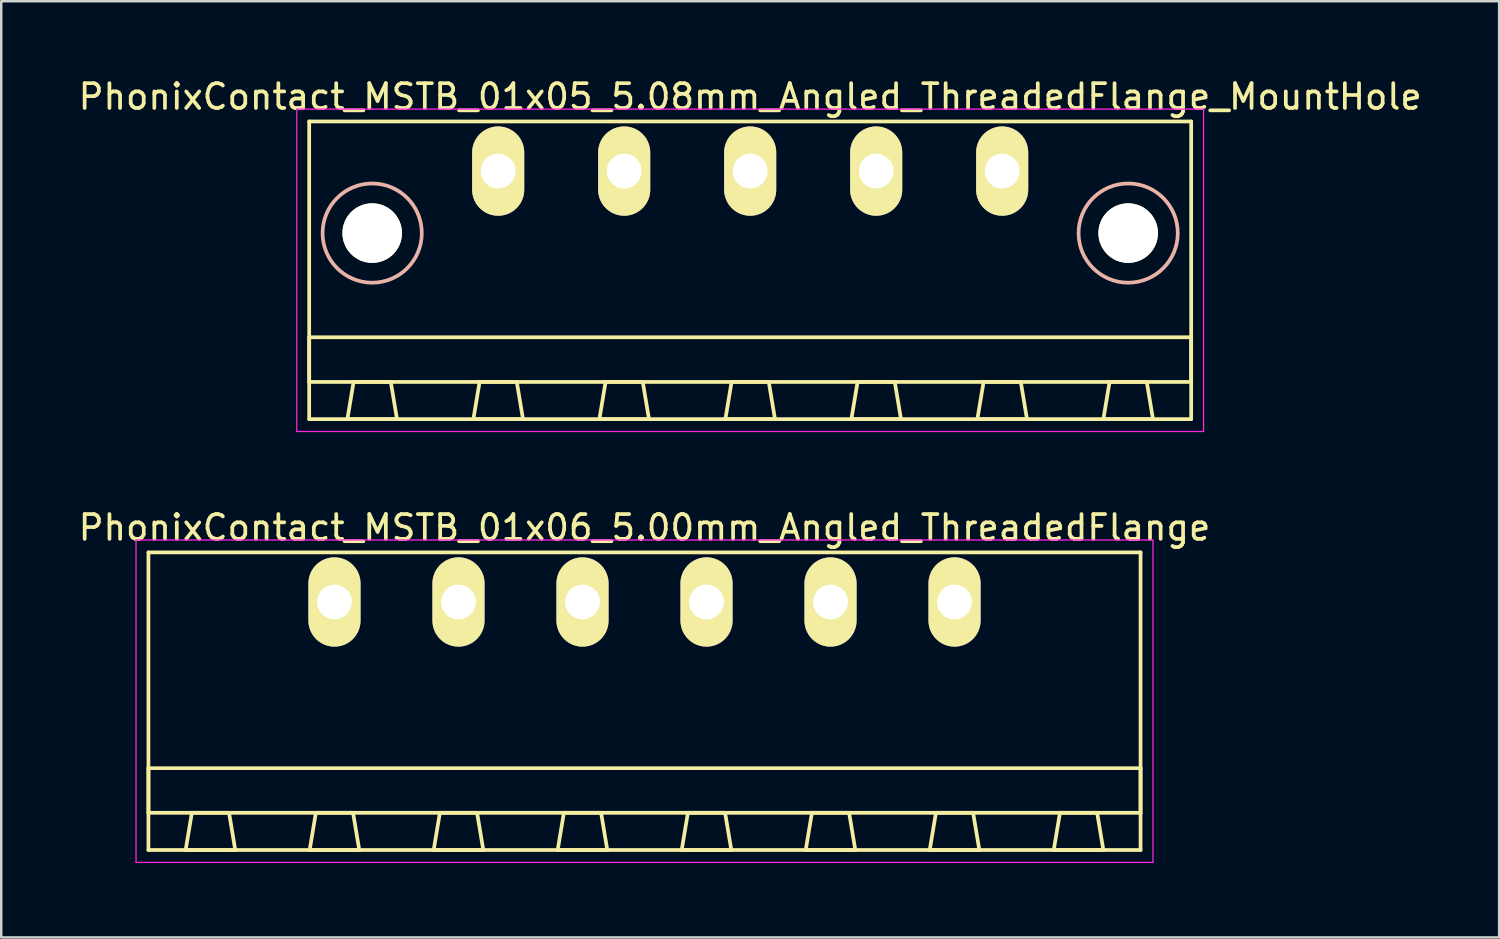
<source format=kicad_pcb>
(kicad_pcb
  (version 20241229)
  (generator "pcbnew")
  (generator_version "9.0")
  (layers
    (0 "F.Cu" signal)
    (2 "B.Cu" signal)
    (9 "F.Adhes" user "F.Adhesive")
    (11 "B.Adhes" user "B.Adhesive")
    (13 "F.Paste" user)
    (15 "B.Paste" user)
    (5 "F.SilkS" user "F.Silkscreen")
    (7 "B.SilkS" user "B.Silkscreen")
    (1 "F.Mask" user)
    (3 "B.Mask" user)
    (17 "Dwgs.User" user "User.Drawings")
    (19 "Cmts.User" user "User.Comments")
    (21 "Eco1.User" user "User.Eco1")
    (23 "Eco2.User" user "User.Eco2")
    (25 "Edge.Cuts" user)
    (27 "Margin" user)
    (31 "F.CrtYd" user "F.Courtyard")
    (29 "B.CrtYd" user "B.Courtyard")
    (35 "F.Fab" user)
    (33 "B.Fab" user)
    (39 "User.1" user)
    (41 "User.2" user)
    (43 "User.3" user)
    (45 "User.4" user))
  (footprint "PhonixContact_MSTB_01x06_5.00mm_Angled_ThreadedFlange"
    (layer "F.Cu")
    (at 10.435 21.221)
    (property "Reference" "PhonixContact_MSTB_01x06_5.00mm_Angled_ThreadedFlange" (at 12.5 -3 0) (layer "F.SilkS") (effects (font (size 1 1) (thickness 0.15))))
    (attr through_hole)
    (fp_line (start -7.5 -2) (end -7.5 10) (stroke (width 0.15) (type solid)) (layer "F.SilkS"))
    (fp_line (start -7.5 6.7) (end 32.5 6.7) (stroke (width 0.15) (type solid)) (layer "F.SilkS"))
    (fp_line (start -7.5 8.5) (end -7.5 6.7) (stroke (width 0.15) (type solid)) (layer "F.SilkS"))
    (fp_line (start -7.5 10) (end 32.5 10) (stroke (width 0.15) (type solid)) (layer "F.SilkS"))
    (fp_line (start -6 10) (end -4 10) (stroke (width 0.15) (type solid)) (layer "F.SilkS"))
    (fp_line (start -5.75 8.5) (end -6 10) (stroke (width 0.15) (type solid)) (layer "F.SilkS"))
    (fp_line (start -4.25 8.5) (end -5.75 8.5) (stroke (width 0.15) (type solid)) (layer "F.SilkS"))
    (fp_line (start -4 10) (end -4.25 8.5) (stroke (width 0.15) (type solid)) (layer "F.SilkS"))
    (fp_line (start -1 10) (end 1 10) (stroke (width 0.15) (type solid)) (layer "F.SilkS"))
    (fp_line (start -0.75 8.5) (end -1 10) (stroke (width 0.15) (type solid)) (layer "F.SilkS"))
    (fp_line (start 0.75 8.5) (end -0.75 8.5) (stroke (width 0.15) (type solid)) (layer "F.SilkS"))
    (fp_line (start 1 10) (end 0.75 8.5) (stroke (width 0.15) (type solid)) (layer "F.SilkS"))
    (fp_line (start 4 10) (end 6 10) (stroke (width 0.15) (type solid)) (layer "F.SilkS"))
    (fp_line (start 4.25 8.5) (end 4 10) (stroke (width 0.15) (type solid)) (layer "F.SilkS"))
    (fp_line (start 5.75 8.5) (end 4.25 8.5) (stroke (width 0.15) (type solid)) (layer "F.SilkS"))
    (fp_line (start 6 10) (end 5.75 8.5) (stroke (width 0.15) (type solid)) (layer "F.SilkS"))
    (fp_line (start 9 10) (end 11 10) (stroke (width 0.15) (type solid)) (layer "F.SilkS"))
    (fp_line (start 9.25 8.5) (end 9 10) (stroke (width 0.15) (type solid)) (layer "F.SilkS"))
    (fp_line (start 10.75 8.5) (end 9.25 8.5) (stroke (width 0.15) (type solid)) (layer "F.SilkS"))
    (fp_line (start 11 10) (end 10.75 8.5) (stroke (width 0.15) (type solid)) (layer "F.SilkS"))
    (fp_line (start 14 10) (end 16 10) (stroke (width 0.15) (type solid)) (layer "F.SilkS"))
    (fp_line (start 14.25 8.5) (end 14 10) (stroke (width 0.15) (type solid)) (layer "F.SilkS"))
    (fp_line (start 15.75 8.5) (end 14.25 8.5) (stroke (width 0.15) (type solid)) (layer "F.SilkS"))
    (fp_line (start 16 10) (end 15.75 8.5) (stroke (width 0.15) (type solid)) (layer "F.SilkS"))
    (fp_line (start 19 10) (end 21 10) (stroke (width 0.15) (type solid)) (layer "F.SilkS"))
    (fp_line (start 19.25 8.5) (end 19 10) (stroke (width 0.15) (type solid)) (layer "F.SilkS"))
    (fp_line (start 20.75 8.5) (end 19.25 8.5) (stroke (width 0.15) (type solid)) (layer "F.SilkS"))
    (fp_line (start 21 10) (end 20.75 8.5) (stroke (width 0.15) (type solid)) (layer "F.SilkS"))
    (fp_line (start 24 10) (end 26 10) (stroke (width 0.15) (type solid)) (layer "F.SilkS"))
    (fp_line (start 24.25 8.5) (end 24 10) (stroke (width 0.15) (type solid)) (layer "F.SilkS"))
    (fp_line (start 25.75 8.5) (end 24.25 8.5) (stroke (width 0.15) (type solid)) (layer "F.SilkS"))
    (fp_line (start 26 10) (end 25.75 8.5) (stroke (width 0.15) (type solid)) (layer "F.SilkS"))
    (fp_line (start 29 10) (end 31 10) (stroke (width 0.15) (type solid)) (layer "F.SilkS"))
    (fp_line (start 29.25 8.5) (end 29 10) (stroke (width 0.15) (type solid)) (layer "F.SilkS"))
    (fp_line (start 30.75 8.5) (end 29.25 8.5) (stroke (width 0.15) (type solid)) (layer "F.SilkS"))
    (fp_line (start 31 10) (end 30.75 8.5) (stroke (width 0.15) (type solid)) (layer "F.SilkS"))
    (fp_line (start 32.5 -2) (end -7.5 -2) (stroke (width 0.15) (type solid)) (layer "F.SilkS"))
    (fp_line (start 32.5 6.7) (end 32.5 8.5) (stroke (width 0.15) (type solid)) (layer "F.SilkS"))
    (fp_line (start 32.5 8.5) (end -7.5 8.5) (stroke (width 0.15) (type solid)) (layer "F.SilkS"))
    (fp_line (start 32.5 10) (end 32.5 -2) (stroke (width 0.15) (type solid)) (layer "F.SilkS"))
    (fp_line (start -8 -2.5) (end -8 10.5) (stroke (width 0.05) (type solid)) (layer "F.CrtYd"))
    (fp_line (start -8 10.5) (end 33 10.5) (stroke (width 0.05) (type solid)) (layer "F.CrtYd"))
    (fp_line (start 33 -2.5) (end -8 -2.5) (stroke (width 0.05) (type solid)) (layer "F.CrtYd"))
    (fp_line (start 33 10.5) (end 33 -2.5) (stroke (width 0.05) (type solid)) (layer "F.CrtYd"))
    (pad "1" thru_hole oval (at 0 0) (size 2.1 3.6) (drill 1.4) (layers "*.Cu" "*.Mask" "F.SilkS"))
    (pad "2" thru_hole oval (at 5 0) (size 2.1 3.6) (drill 1.4) (layers "*.Cu" "*.Mask" "F.SilkS"))
    (pad "3" thru_hole oval (at 10 0) (size 2.1 3.6) (drill 1.4) (layers "*.Cu" "*.Mask" "F.SilkS"))
    (pad "4" thru_hole oval (at 15 0) (size 2.1 3.6) (drill 1.4) (layers "*.Cu" "*.Mask" "F.SilkS"))
    (pad "5" thru_hole oval (at 20 0) (size 2.1 3.6) (drill 1.4) (layers "*.Cu" "*.Mask" "F.SilkS"))
    (pad "6" thru_hole oval (at 25 0) (size 2.1 3.6) (drill 1.4) (layers "*.Cu" "*.Mask" "F.SilkS")))
  (footprint "PhonixContact_MSTB_01x05_5.08mm_Angled_ThreadedFlange_MountHole"
    (layer "F.Cu")
    (at 17.036 3.848)
    (property "Reference" "PhonixContact_MSTB_01x05_5.08mm_Angled_ThreadedFlange_MountHole" (at 10.16 -3 0) (layer "F.SilkS") (effects (font (size 1 1) (thickness 0.15))))
    (attr through_hole)
    (fp_line (start -7.62 -2) (end -7.62 10) (stroke (width 0.15) (type solid)) (layer "F.SilkS"))
    (fp_line (start -7.62 6.7) (end 27.94 6.7) (stroke (width 0.15) (type solid)) (layer "F.SilkS"))
    (fp_line (start -7.62 8.5) (end -7.62 6.7) (stroke (width 0.15) (type solid)) (layer "F.SilkS"))
    (fp_line (start -7.62 10) (end 27.94 10) (stroke (width 0.15) (type solid)) (layer "F.SilkS"))
    (fp_line (start -6.08 10) (end -4.08 10) (stroke (width 0.15) (type solid)) (layer "F.SilkS"))
    (fp_line (start -5.83 8.5) (end -6.08 10) (stroke (width 0.15) (type solid)) (layer "F.SilkS"))
    (fp_line (start -4.33 8.5) (end -5.83 8.5) (stroke (width 0.15) (type solid)) (layer "F.SilkS"))
    (fp_line (start -4.08 10) (end -4.33 8.5) (stroke (width 0.15) (type solid)) (layer "F.SilkS"))
    (fp_line (start -1 10) (end 1 10) (stroke (width 0.15) (type solid)) (layer "F.SilkS"))
    (fp_line (start -0.75 8.5) (end -1 10) (stroke (width 0.15) (type solid)) (layer "F.SilkS"))
    (fp_line (start 0.75 8.5) (end -0.75 8.5) (stroke (width 0.15) (type solid)) (layer "F.SilkS"))
    (fp_line (start 1 10) (end 0.75 8.5) (stroke (width 0.15) (type solid)) (layer "F.SilkS"))
    (fp_line (start 4.08 10) (end 6.08 10) (stroke (width 0.15) (type solid)) (layer "F.SilkS"))
    (fp_line (start 4.33 8.5) (end 4.08 10) (stroke (width 0.15) (type solid)) (layer "F.SilkS"))
    (fp_line (start 5.83 8.5) (end 4.33 8.5) (stroke (width 0.15) (type solid)) (layer "F.SilkS"))
    (fp_line (start 6.08 10) (end 5.83 8.5) (stroke (width 0.15) (type solid)) (layer "F.SilkS"))
    (fp_line (start 9.16 10) (end 11.16 10) (stroke (width 0.15) (type solid)) (layer "F.SilkS"))
    (fp_line (start 9.41 8.5) (end 9.16 10) (stroke (width 0.15) (type solid)) (layer "F.SilkS"))
    (fp_line (start 10.91 8.5) (end 9.41 8.5) (stroke (width 0.15) (type solid)) (layer "F.SilkS"))
    (fp_line (start 11.16 10) (end 10.91 8.5) (stroke (width 0.15) (type solid)) (layer "F.SilkS"))
    (fp_line (start 14.24 10) (end 16.24 10) (stroke (width 0.15) (type solid)) (layer "F.SilkS"))
    (fp_line (start 14.49 8.5) (end 14.24 10) (stroke (width 0.15) (type solid)) (layer "F.SilkS"))
    (fp_line (start 15.99 8.5) (end 14.49 8.5) (stroke (width 0.15) (type solid)) (layer "F.SilkS"))
    (fp_line (start 16.24 10) (end 15.99 8.5) (stroke (width 0.15) (type solid)) (layer "F.SilkS"))
    (fp_line (start 19.32 10) (end 21.32 10) (stroke (width 0.15) (type solid)) (layer "F.SilkS"))
    (fp_line (start 19.57 8.5) (end 19.32 10) (stroke (width 0.15) (type solid)) (layer "F.SilkS"))
    (fp_line (start 21.07 8.5) (end 19.57 8.5) (stroke (width 0.15) (type solid)) (layer "F.SilkS"))
    (fp_line (start 21.32 10) (end 21.07 8.5) (stroke (width 0.15) (type solid)) (layer "F.SilkS"))
    (fp_line (start 24.4 10) (end 26.4 10) (stroke (width 0.15) (type solid)) (layer "F.SilkS"))
    (fp_line (start 24.65 8.5) (end 24.4 10) (stroke (width 0.15) (type solid)) (layer "F.SilkS"))
    (fp_line (start 26.15 8.5) (end 24.65 8.5) (stroke (width 0.15) (type solid)) (layer "F.SilkS"))
    (fp_line (start 26.4 10) (end 26.15 8.5) (stroke (width 0.15) (type solid)) (layer "F.SilkS"))
    (fp_line (start 27.94 -2) (end -7.62 -2) (stroke (width 0.15) (type solid)) (layer "F.SilkS"))
    (fp_line (start 27.94 6.7) (end 27.94 8.5) (stroke (width 0.15) (type solid)) (layer "F.SilkS"))
    (fp_line (start 27.94 8.5) (end -7.62 8.5) (stroke (width 0.15) (type solid)) (layer "F.SilkS"))
    (fp_line (start 27.94 10) (end 27.94 -2) (stroke (width 0.15) (type solid)) (layer "F.SilkS"))
    (fp_circle (center -5.08 2.5) (end -3.08 2.5) (stroke (width 0.15) (type solid)) (fill no) (layer "B.SilkS"))
    (fp_circle (center 25.4 2.5) (end 27.4 2.5) (stroke (width 0.15) (type solid)) (fill no) (layer "B.SilkS"))
    (fp_line (start -8.12 -2.5) (end -8.12 10.5) (stroke (width 0.05) (type solid)) (layer "F.CrtYd"))
    (fp_line (start -8.12 10.5) (end 28.44 10.5) (stroke (width 0.05) (type solid)) (layer "F.CrtYd"))
    (fp_line (start 28.44 -2.5) (end -8.12 -2.5) (stroke (width 0.05) (type solid)) (layer "F.CrtYd"))
    (fp_line (start 28.44 10.5) (end 28.44 -2.5) (stroke (width 0.05) (type solid)) (layer "F.CrtYd"))
    (pad "" np_thru_hole circle (at -5.08 2.5) (size 2.4 2.4) (drill 2.4) (layers "*.Cu" "*.Mask" "F.SilkS"))
    (pad "" np_thru_hole circle (at 25.4 2.5) (size 2.4 2.4) (drill 2.4) (layers "*.Cu" "*.Mask" "F.SilkS"))
    (pad "1" thru_hole oval (at 0 0) (size 2.1 3.6) (drill 1.4) (layers "*.Cu" "*.Mask" "F.SilkS"))
    (pad "2" thru_hole oval (at 5.08 0) (size 2.1 3.6) (drill 1.4) (layers "*.Cu" "*.Mask" "F.SilkS"))
    (pad "3" thru_hole oval (at 10.16 0) (size 2.1 3.6) (drill 1.4) (layers "*.Cu" "*.Mask" "F.SilkS"))
    (pad "4" thru_hole oval (at 15.24 0) (size 2.1 3.6) (drill 1.4) (layers "*.Cu" "*.Mask" "F.SilkS"))
    (pad "5" thru_hole oval (at 20.32 0) (size 2.1 3.6) (drill 1.4) (layers "*.Cu" "*.Mask" "F.SilkS")))
  (gr_rect
    (start -3 -3)
    (end 57.393 34.746)
    (stroke (width 0.1) (type default))
    (fill no)
    (layer "Edge.Cuts")))
</source>
